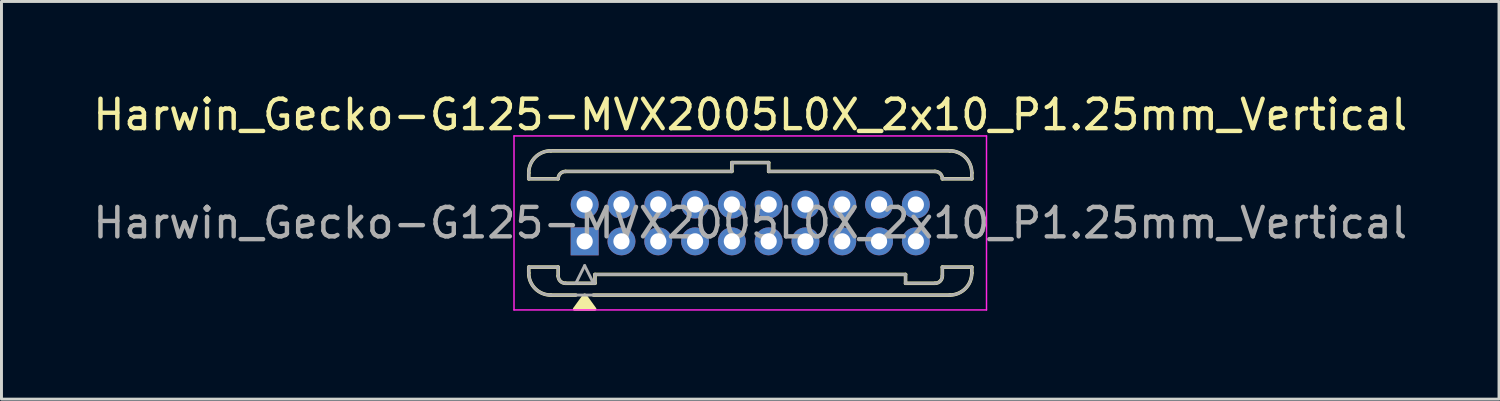
<source format=kicad_pcb>
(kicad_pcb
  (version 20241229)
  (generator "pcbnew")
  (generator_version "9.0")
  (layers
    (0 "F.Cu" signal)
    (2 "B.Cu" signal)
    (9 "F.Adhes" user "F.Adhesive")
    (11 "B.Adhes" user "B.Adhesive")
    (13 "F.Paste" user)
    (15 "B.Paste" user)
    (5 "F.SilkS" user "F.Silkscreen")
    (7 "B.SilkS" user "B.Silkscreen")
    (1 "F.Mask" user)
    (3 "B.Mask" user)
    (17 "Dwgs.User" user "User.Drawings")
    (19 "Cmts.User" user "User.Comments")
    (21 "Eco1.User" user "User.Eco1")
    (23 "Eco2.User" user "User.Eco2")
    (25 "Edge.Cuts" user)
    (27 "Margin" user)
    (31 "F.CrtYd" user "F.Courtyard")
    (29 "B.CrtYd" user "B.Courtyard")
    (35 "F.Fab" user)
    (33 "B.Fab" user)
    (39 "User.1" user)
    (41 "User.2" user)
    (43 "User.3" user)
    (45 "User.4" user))
  (footprint "Harwin_Gecko-G125-MVX2005L0X_2x10_P1.25mm_Vertical"
    (layer "F.Cu")
    (at 16.81 5.148)
    (property "Reference" "Harwin_Gecko-G125-MVX2005L0X_2x10_P1.25mm_Vertical" (at 5.625 -4.3 0) (layer "F.SilkS") (effects (font (size 1 1) (thickness 0.15))))
    (attr through_hole)
    (fp_line (start -1.9 -2.325) (end -1.9 -2.125) (stroke (width 0.12) (type solid)) (layer "F.SilkS"))
    (fp_line (start -1.9 -2.125) (end -0.9 -2.125) (stroke (width 0.12) (type solid)) (layer "F.SilkS"))
    (fp_line (start -1.9 0.875) (end -0.9 0.875) (stroke (width 0.12) (type solid)) (layer "F.SilkS"))
    (fp_line (start -1.9 1.075) (end -1.9 0.875) (stroke (width 0.12) (type solid)) (layer "F.SilkS"))
    (fp_line (start -1.15 -3.075) (end 12.4 -3.075) (stroke (width 0.12) (type solid)) (layer "F.SilkS"))
    (fp_line (start -1.15 1.825) (end -0.3 1.825) (stroke (width 0.12) (type solid)) (layer "F.SilkS"))
    (fp_line (start -0.9 1.175) (end -0.9 0.875) (stroke (width 0.12) (type solid)) (layer "F.SilkS"))
    (fp_line (start -0.65 -2.375) (end 5 -2.375) (stroke (width 0.12) (type solid)) (layer "F.SilkS"))
    (fp_line (start -0.65 1.425) (end 0.35 1.425) (stroke (width 0.12) (type solid)) (layer "F.SilkS"))
    (fp_line (start 0.3 1.825) (end 12.4 1.825) (stroke (width 0.12) (type solid)) (layer "F.SilkS"))
    (fp_line (start 0.35 1.125) (end 10.9 1.125) (stroke (width 0.12) (type solid)) (layer "F.SilkS"))
    (fp_line (start 0.35 1.425) (end 0.35 1.125) (stroke (width 0.12) (type solid)) (layer "F.SilkS"))
    (fp_line (start 5 -2.675) (end 6.25 -2.675) (stroke (width 0.12) (type solid)) (layer "F.SilkS"))
    (fp_line (start 5 -2.375) (end 5 -2.675) (stroke (width 0.12) (type solid)) (layer "F.SilkS"))
    (fp_line (start 6.25 -2.675) (end 6.25 -2.375) (stroke (width 0.12) (type solid)) (layer "F.SilkS"))
    (fp_line (start 6.25 -2.375) (end 11.9 -2.375) (stroke (width 0.12) (type solid)) (layer "F.SilkS"))
    (fp_line (start 10.9 1.125) (end 10.9 1.425) (stroke (width 0.12) (type solid)) (layer "F.SilkS"))
    (fp_line (start 10.9 1.425) (end 11.9 1.425) (stroke (width 0.12) (type solid)) (layer "F.SilkS"))
    (fp_line (start 12.15 1.175) (end 12.15 0.875) (stroke (width 0.12) (type solid)) (layer "F.SilkS"))
    (fp_line (start 13.15 -2.325) (end 13.15 -2.125) (stroke (width 0.12) (type solid)) (layer "F.SilkS"))
    (fp_line (start 13.15 -2.125) (end 12.15 -2.125) (stroke (width 0.12) (type solid)) (layer "F.SilkS"))
    (fp_line (start 13.15 0.875) (end 12.15 0.875) (stroke (width 0.12) (type solid)) (layer "F.SilkS"))
    (fp_line (start 13.15 1.075) (end 13.15 0.875) (stroke (width 0.12) (type solid)) (layer "F.SilkS"))
    (fp_arc (start -1.9 -2.325) (mid -1.68033 -2.85533) (end -1.15 -3.075) (stroke (width 0.12) (type solid)) (layer "F.SilkS"))
    (fp_arc (start -1.15 1.825) (mid -1.68033 1.60533) (end -1.9 1.075) (stroke (width 0.12) (type solid)) (layer "F.SilkS"))
    (fp_arc (start -0.9 -2.125) (mid -0.826777 -2.301777) (end -0.65 -2.375) (stroke (width 0.12) (type solid)) (layer "F.SilkS"))
    (fp_arc (start -0.65 1.425) (mid -0.826777 1.351777) (end -0.9 1.175) (stroke (width 0.12) (type solid)) (layer "F.SilkS"))
    (fp_arc (start 11.9 -2.375) (mid 12.076777 -2.301777) (end 12.15 -2.125) (stroke (width 0.12) (type solid)) (layer "F.SilkS"))
    (fp_arc (start 12.15 1.175) (mid 12.076777 1.351777) (end 11.9 1.425) (stroke (width 0.12) (type solid)) (layer "F.SilkS"))
    (fp_arc (start 12.4 -3.075) (mid 12.93033 -2.85533) (end 13.15 -2.325) (stroke (width 0.12) (type solid)) (layer "F.SilkS"))
    (fp_arc (start 13.15 1.075) (mid 12.93033 1.60533) (end 12.4 1.825) (stroke (width 0.12) (type solid)) (layer "F.SilkS"))
    (fp_poly (pts (xy 0 1.83) (xy -0.34 2.3) (xy 0.34 2.3) (xy 0 1.83)) (stroke (width 0.12) (type solid)) (fill yes) (layer "F.SilkS"))
    (fp_line (start -2.4 -3.58) (end -2.4 2.33) (stroke (width 0.05) (type solid)) (layer "F.CrtYd"))
    (fp_line (start -2.4 2.33) (end 13.65 2.33) (stroke (width 0.05) (type solid)) (layer "F.CrtYd"))
    (fp_line (start 13.65 -3.58) (end -2.4 -3.58) (stroke (width 0.05) (type solid)) (layer "F.CrtYd"))
    (fp_line (start 13.65 -3.58) (end 13.65 2.33) (stroke (width 0.05) (type solid)) (layer "F.CrtYd"))
    (fp_line (start -1.9 -2.325) (end -1.9 -2.125) (stroke (width 0.1) (type solid)) (layer "F.Fab"))
    (fp_line (start -1.9 -2.125) (end -0.9 -2.125) (stroke (width 0.1) (type solid)) (layer "F.Fab"))
    (fp_line (start -1.9 0.875) (end -0.9 0.875) (stroke (width 0.1) (type solid)) (layer "F.Fab"))
    (fp_line (start -1.9 1.075) (end -1.9 0.875) (stroke (width 0.1) (type solid)) (layer "F.Fab"))
    (fp_line (start -1.15 -3.075) (end 12.4 -3.075) (stroke (width 0.1) (type solid)) (layer "F.Fab"))
    (fp_line (start -1.15 1.825) (end 12.4 1.825) (stroke (width 0.1) (type solid)) (layer "F.Fab"))
    (fp_line (start -0.9 1.175) (end -0.9 0.875) (stroke (width 0.1) (type solid)) (layer "F.Fab"))
    (fp_line (start -0.65 -2.375) (end 5 -2.375) (stroke (width 0.1) (type solid)) (layer "F.Fab"))
    (fp_line (start -0.65 1.425) (end 0.35 1.425) (stroke (width 0.1) (type solid)) (layer "F.Fab"))
    (fp_line (start 0 0.825) (end -0.3 1.425) (stroke (width 0.1) (type solid)) (layer "F.Fab"))
    (fp_line (start 0.3 1.425) (end 0 0.825) (stroke (width 0.1) (type solid)) (layer "F.Fab"))
    (fp_line (start 0.35 1.125) (end 10.9 1.125) (stroke (width 0.1) (type solid)) (layer "F.Fab"))
    (fp_line (start 0.35 1.425) (end 0.35 1.125) (stroke (width 0.1) (type solid)) (layer "F.Fab"))
    (fp_line (start 5 -2.675) (end 6.25 -2.675) (stroke (width 0.1) (type solid)) (layer "F.Fab"))
    (fp_line (start 5 -2.375) (end 5 -2.675) (stroke (width 0.1) (type solid)) (layer "F.Fab"))
    (fp_line (start 6.25 -2.675) (end 6.25 -2.375) (stroke (width 0.1) (type solid)) (layer "F.Fab"))
    (fp_line (start 6.25 -2.375) (end 11.9 -2.375) (stroke (width 0.1) (type solid)) (layer "F.Fab"))
    (fp_line (start 10.9 1.125) (end 10.9 1.425) (stroke (width 0.1) (type solid)) (layer "F.Fab"))
    (fp_line (start 10.9 1.425) (end 11.9 1.425) (stroke (width 0.1) (type solid)) (layer "F.Fab"))
    (fp_line (start 12.15 1.175) (end 12.15 0.875) (stroke (width 0.1) (type solid)) (layer "F.Fab"))
    (fp_line (start 13.15 -2.325) (end 13.15 -2.125) (stroke (width 0.1) (type solid)) (layer "F.Fab"))
    (fp_line (start 13.15 -2.125) (end 12.15 -2.125) (stroke (width 0.1) (type solid)) (layer "F.Fab"))
    (fp_line (start 13.15 0.875) (end 12.15 0.875) (stroke (width 0.1) (type solid)) (layer "F.Fab"))
    (fp_line (start 13.15 1.075) (end 13.15 0.875) (stroke (width 0.1) (type solid)) (layer "F.Fab"))
    (fp_arc (start -1.9 -2.325) (mid -1.68033 -2.85533) (end -1.15 -3.075) (stroke (width 0.1) (type solid)) (layer "F.Fab"))
    (fp_arc (start -1.15 1.825) (mid -1.68033 1.60533) (end -1.9 1.075) (stroke (width 0.1) (type solid)) (layer "F.Fab"))
    (fp_arc (start -0.9 -2.125) (mid -0.826777 -2.301777) (end -0.65 -2.375) (stroke (width 0.1) (type solid)) (layer "F.Fab"))
    (fp_arc (start -0.65 1.425) (mid -0.826777 1.351777) (end -0.9 1.175) (stroke (width 0.1) (type solid)) (layer "F.Fab"))
    (fp_arc (start 11.9 -2.375) (mid 12.076777 -2.301777) (end 12.15 -2.125) (stroke (width 0.1) (type solid)) (layer "F.Fab"))
    (fp_arc (start 12.15 1.175) (mid 12.076777 1.351777) (end 11.9 1.425) (stroke (width 0.1) (type solid)) (layer "F.Fab"))
    (fp_arc (start 12.4 -3.075) (mid 12.93033 -2.85533) (end 13.15 -2.325) (stroke (width 0.1) (type solid)) (layer "F.Fab"))
    (fp_arc (start 13.15 1.075) (mid 12.93033 1.60533) (end 12.4 1.825) (stroke (width 0.1) (type solid)) (layer "F.Fab"))
    (fp_text user "${REFERENCE}" (at 5.625 -0.625 0) (layer "F.Fab") (effects (font (size 1 1) (thickness 0.15))))
    (pad "1" thru_hole rect (at 0 0) (size 0.95 0.95) (drill 0.55) (layers "*.Cu" "*.Mask"))
    (pad "2" thru_hole circle (at 1.25 0) (size 0.95 0.95) (drill 0.55) (layers "*.Cu" "*.Mask"))
    (pad "3" thru_hole circle (at 2.5 0) (size 0.95 0.95) (drill 0.55) (layers "*.Cu" "*.Mask"))
    (pad "4" thru_hole circle (at 3.75 0) (size 0.95 0.95) (drill 0.55) (layers "*.Cu" "*.Mask"))
    (pad "5" thru_hole circle (at 5 0) (size 0.95 0.95) (drill 0.55) (layers "*.Cu" "*.Mask"))
    (pad "6" thru_hole circle (at 6.25 0) (size 0.95 0.95) (drill 0.55) (layers "*.Cu" "*.Mask"))
    (pad "7" thru_hole circle (at 7.5 0) (size 0.95 0.95) (drill 0.55) (layers "*.Cu" "*.Mask"))
    (pad "8" thru_hole circle (at 8.75 0) (size 0.95 0.95) (drill 0.55) (layers "*.Cu" "*.Mask"))
    (pad "9" thru_hole circle (at 10 0) (size 0.95 0.95) (drill 0.55) (layers "*.Cu" "*.Mask"))
    (pad "10" thru_hole circle (at 11.25 0) (size 0.95 0.95) (drill 0.55) (layers "*.Cu" "*.Mask"))
    (pad "11" thru_hole circle (at 0 -1.25) (size 0.95 0.95) (drill 0.55) (layers "*.Cu" "*.Mask"))
    (pad "12" thru_hole circle (at 1.25 -1.25) (size 0.95 0.95) (drill 0.55) (layers "*.Cu" "*.Mask"))
    (pad "13" thru_hole circle (at 2.5 -1.25) (size 0.95 0.95) (drill 0.55) (layers "*.Cu" "*.Mask"))
    (pad "14" thru_hole circle (at 3.75 -1.25) (size 0.95 0.95) (drill 0.55) (layers "*.Cu" "*.Mask"))
    (pad "15" thru_hole circle (at 5 -1.25) (size 0.95 0.95) (drill 0.55) (layers "*.Cu" "*.Mask"))
    (pad "16" thru_hole circle (at 6.25 -1.25) (size 0.95 0.95) (drill 0.55) (layers "*.Cu" "*.Mask"))
    (pad "17" thru_hole circle (at 7.5 -1.25) (size 0.95 0.95) (drill 0.55) (layers "*.Cu" "*.Mask"))
    (pad "18" thru_hole circle (at 8.75 -1.25) (size 0.95 0.95) (drill 0.55) (layers "*.Cu" "*.Mask"))
    (pad "19" thru_hole circle (at 10 -1.25) (size 0.95 0.95) (drill 0.55) (layers "*.Cu" "*.Mask"))
    (pad "20" thru_hole circle (at 11.25 -1.25) (size 0.95 0.95) (drill 0.55) (layers "*.Cu" "*.Mask")))
  (gr_rect
    (start -3 -3)
    (end 47.869 10.508)
    (stroke (width 0.1) (type default))
    (fill no)
    (layer "Edge.Cuts")))
</source>
